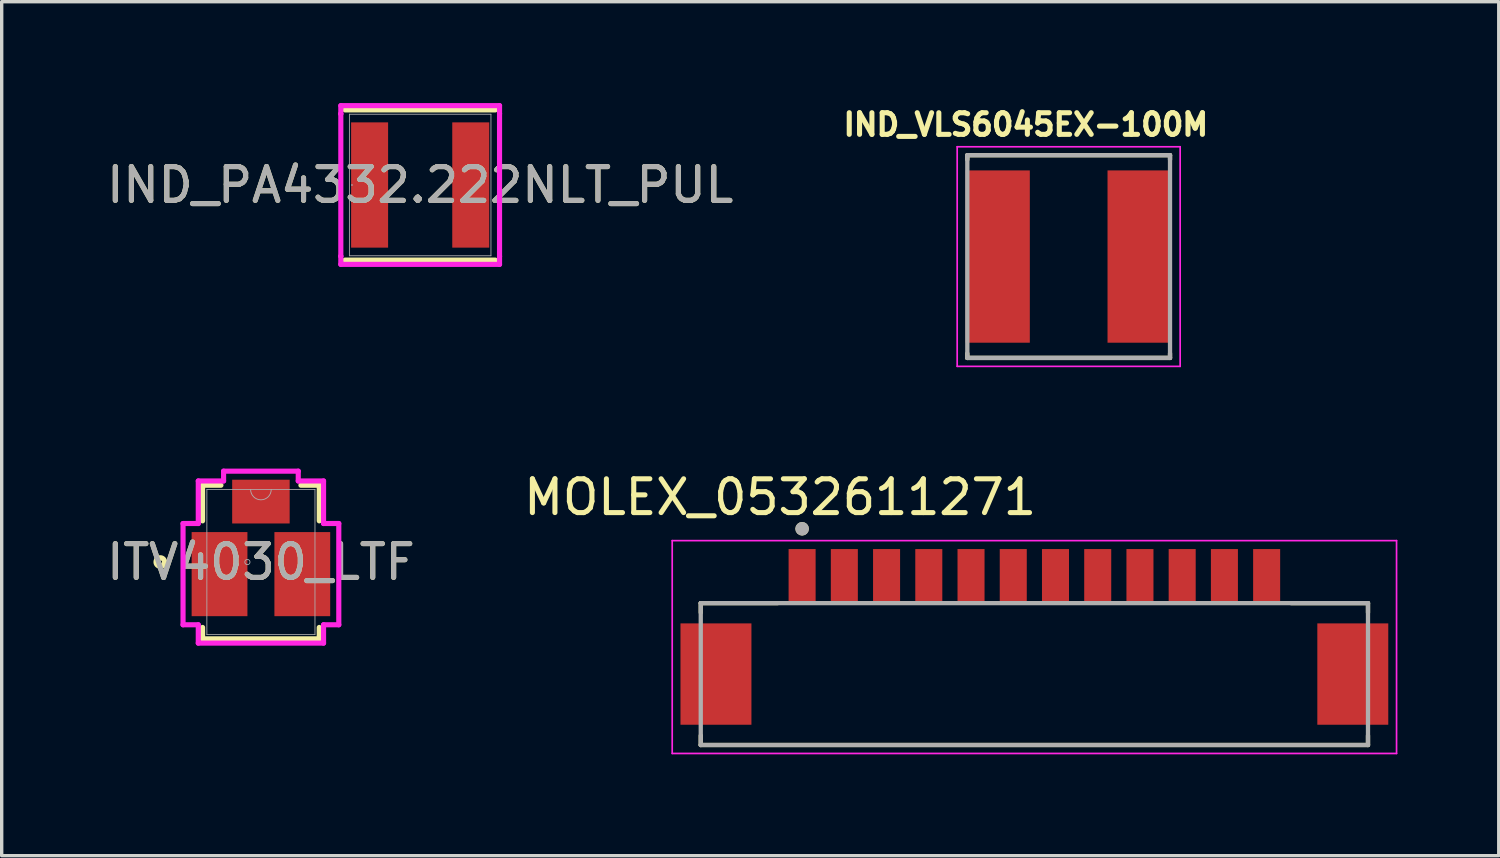
<source format=kicad_pcb>
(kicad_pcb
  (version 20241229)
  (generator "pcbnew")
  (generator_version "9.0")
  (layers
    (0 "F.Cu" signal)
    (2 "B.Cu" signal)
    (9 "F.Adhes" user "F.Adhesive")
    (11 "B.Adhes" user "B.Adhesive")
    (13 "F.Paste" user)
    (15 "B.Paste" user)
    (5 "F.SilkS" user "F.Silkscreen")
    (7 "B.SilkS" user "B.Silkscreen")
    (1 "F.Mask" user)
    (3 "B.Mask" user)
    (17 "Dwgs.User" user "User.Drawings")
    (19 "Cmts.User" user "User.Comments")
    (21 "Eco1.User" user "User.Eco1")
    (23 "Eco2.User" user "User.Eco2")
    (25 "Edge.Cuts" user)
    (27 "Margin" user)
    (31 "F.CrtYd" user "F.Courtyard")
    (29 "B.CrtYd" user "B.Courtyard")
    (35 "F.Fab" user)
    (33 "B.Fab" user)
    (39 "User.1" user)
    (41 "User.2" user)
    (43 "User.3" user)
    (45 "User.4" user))
  (footprint "IND_PA4332.222NLT_PUL"
    (layer "F.Cu")
    (at 9.387 2.426)
    (property "Reference" "IND_PA4332.222NLT_PUL" (at 0 0 0) (unlocked yes) (layer "F.SilkS") (effects (font (size 1 1) (thickness 0.15))))
    (attr smd)
    (fp_line (start -2.223 2.223) (end 2.223 2.223) (stroke (width 0.152) (type solid)) (layer "F.SilkS"))
    (fp_line (start 2.223 -2.223) (end -2.223 -2.223) (stroke (width 0.152) (type solid)) (layer "F.SilkS"))
    (fp_line (start -2.349 -2.349) (end 2.349 -2.349) (stroke (width 0.152) (type solid)) (layer "F.CrtYd"))
    (fp_line (start -2.349 -2.108) (end -2.349 -2.349) (stroke (width 0.152) (type solid)) (layer "F.CrtYd"))
    (fp_line (start -2.349 -2.108) (end -2.349 -2.108) (stroke (width 0.152) (type solid)) (layer "F.CrtYd"))
    (fp_line (start -2.349 2.108) (end -2.349 -2.108) (stroke (width 0.152) (type solid)) (layer "F.CrtYd"))
    (fp_line (start -2.349 2.108) (end -2.349 2.108) (stroke (width 0.152) (type solid)) (layer "F.CrtYd"))
    (fp_line (start -2.349 2.349) (end -2.349 2.108) (stroke (width 0.152) (type solid)) (layer "F.CrtYd"))
    (fp_line (start 2.349 -2.349) (end 2.349 -2.108) (stroke (width 0.152) (type solid)) (layer "F.CrtYd"))
    (fp_line (start 2.349 -2.108) (end 2.349 -2.108) (stroke (width 0.152) (type solid)) (layer "F.CrtYd"))
    (fp_line (start 2.349 -2.108) (end 2.349 2.108) (stroke (width 0.152) (type solid)) (layer "F.CrtYd"))
    (fp_line (start 2.349 2.108) (end 2.349 2.108) (stroke (width 0.152) (type solid)) (layer "F.CrtYd"))
    (fp_line (start 2.349 2.108) (end 2.349 2.349) (stroke (width 0.152) (type solid)) (layer "F.CrtYd"))
    (fp_line (start 2.349 2.349) (end -2.349 2.349) (stroke (width 0.152) (type solid)) (layer "F.CrtYd"))
    (fp_line (start -2.095 -2.095) (end -2.095 2.095) (stroke (width 0.025) (type solid)) (layer "F.Fab"))
    (fp_line (start -2.095 2.095) (end 2.095 2.095) (stroke (width 0.025) (type solid)) (layer "F.Fab"))
    (fp_line (start 2.095 -2.095) (end -2.095 -2.095) (stroke (width 0.025) (type solid)) (layer "F.Fab"))
    (fp_line (start 2.095 2.095) (end 2.095 -2.095) (stroke (width 0.025) (type solid)) (layer "F.Fab"))
    (fp_circle (center -2.019 0) (end -2.019 0) (stroke (width 0.025) (type solid)) (fill no) (layer "F.Fab"))
    (fp_text user "${REFERENCE}" (at 0 0 0) (unlocked yes) (layer "F.Fab") (effects (font (size 1 1) (thickness 0.15))))
    (pad "1" smd rect (at -1.497 0) (size 1.095 3.708) (layers "F.Cu" "F.Mask" "F.Paste"))
    (pad "2" smd rect (at 1.497 0) (size 1.095 3.708) (layers "F.Cu" "F.Mask" "F.Paste"))
    (zone (net_name "") (layer "F.Cu") (hatch full 0.508) (connect_pads) (min_thickness 0.254) (filled_areas_thickness no) (keepout (tracks not_allowed) (vias not_allowed) (pads allowed) (copperpour not_allowed) (footprints allowed)) (placement (enabled no)) (fill) (polygon (pts (xy 8.488 0.381) (xy 10.286 0.381) (xy 10.286 4.47) (xy 8.488 4.47)))))
  (footprint "ITV4030_LTF"
    (layer "F.Cu")
    (at 4.673 13.586)
    (property "Reference" "ITV4030_LTF" (at 0 0 0) (unlocked yes) (layer "F.SilkS") (effects (font (size 1 1) (thickness 0.15))))
    (attr smd)
    (fp_line (start -1.727 -2.273) (end -1.184 -2.273) (stroke (width 0.152) (type solid)) (layer "F.SilkS"))
    (fp_line (start -1.727 -1.219) (end -1.727 -2.273) (stroke (width 0.152) (type solid)) (layer "F.SilkS"))
    (fp_line (start -1.727 2.273) (end -1.727 1.936) (stroke (width 0.152) (type solid)) (layer "F.SilkS"))
    (fp_line (start 1.184 -2.273) (end 1.727 -2.273) (stroke (width 0.152) (type solid)) (layer "F.SilkS"))
    (fp_line (start 1.727 -2.273) (end 1.727 -1.219) (stroke (width 0.152) (type solid)) (layer "F.SilkS"))
    (fp_line (start 1.727 1.936) (end 1.727 2.273) (stroke (width 0.152) (type solid)) (layer "F.SilkS"))
    (fp_line (start 1.727 2.273) (end -1.727 2.273) (stroke (width 0.152) (type solid)) (layer "F.SilkS"))
    (fp_circle (center -2.978 0) (end -2.851 0) (stroke (width 0.152) (type solid)) (fill no) (layer "F.SilkS"))
    (fp_line (start -2.305 -1.14) (end -2.305 1.857) (stroke (width 0.152) (type solid)) (layer "F.CrtYd"))
    (fp_line (start -2.305 1.857) (end -1.854 1.857) (stroke (width 0.152) (type solid)) (layer "F.CrtYd"))
    (fp_line (start -1.854 -2.4) (end -1.854 -1.14) (stroke (width 0.152) (type solid)) (layer "F.CrtYd"))
    (fp_line (start -1.854 -1.14) (end -2.305 -1.14) (stroke (width 0.152) (type solid)) (layer "F.CrtYd"))
    (fp_line (start -1.854 1.857) (end -1.854 2.4) (stroke (width 0.152) (type solid)) (layer "F.CrtYd"))
    (fp_line (start -1.854 2.4) (end 1.854 2.4) (stroke (width 0.152) (type solid)) (layer "F.CrtYd"))
    (fp_line (start -1.105 -2.69) (end -1.105 -2.4) (stroke (width 0.152) (type solid)) (layer "F.CrtYd"))
    (fp_line (start -1.105 -2.4) (end -1.854 -2.4) (stroke (width 0.152) (type solid)) (layer "F.CrtYd"))
    (fp_line (start 1.105 -2.69) (end -1.105 -2.69) (stroke (width 0.152) (type solid)) (layer "F.CrtYd"))
    (fp_line (start 1.105 -2.4) (end 1.105 -2.69) (stroke (width 0.152) (type solid)) (layer "F.CrtYd"))
    (fp_line (start 1.854 -2.4) (end 1.105 -2.4) (stroke (width 0.152) (type solid)) (layer "F.CrtYd"))
    (fp_line (start 1.854 -1.14) (end 1.854 -2.4) (stroke (width 0.152) (type solid)) (layer "F.CrtYd"))
    (fp_line (start 1.854 1.857) (end 2.305 1.857) (stroke (width 0.152) (type solid)) (layer "F.CrtYd"))
    (fp_line (start 1.854 2.4) (end 1.854 1.857) (stroke (width 0.152) (type solid)) (layer "F.CrtYd"))
    (fp_line (start 2.305 -1.14) (end 1.854 -1.14) (stroke (width 0.152) (type solid)) (layer "F.CrtYd"))
    (fp_line (start 2.305 1.857) (end 2.305 -1.14) (stroke (width 0.152) (type solid)) (layer "F.CrtYd"))
    (fp_line (start -1.6 -2.146) (end -1.6 2.146) (stroke (width 0.025) (type solid)) (layer "F.Fab"))
    (fp_line (start -1.6 2.146) (end 1.6 2.146) (stroke (width 0.025) (type solid)) (layer "F.Fab"))
    (fp_line (start 1.6 -2.146) (end -1.6 -2.146) (stroke (width 0.025) (type solid)) (layer "F.Fab"))
    (fp_line (start 1.6 2.146) (end 1.6 -2.146) (stroke (width 0.025) (type solid)) (layer "F.Fab"))
    (fp_arc (start 0.3048 -2.1463) (mid 0 -1.8415) (end -0.3048 -2.1463) (stroke (width 0.0254) (type solid)) (layer "F.Fab"))
    (fp_circle (center -0.4 0) (end -0.323 0) (stroke (width 0.025) (type solid)) (fill no) (layer "F.Fab"))
    (fp_text user "${REFERENCE}" (at 0 0 0) (unlocked yes) (layer "F.Fab") (effects (font (size 1 1) (thickness 0.15))))
    (pad "1" smd rect (at -1.225 0.358) (size 1.651 2.489) (layers "F.Cu" "F.Mask" "F.Paste"))
    (pad "2" smd rect (at 1.225 0.358) (size 1.651 2.489) (layers "F.Cu" "F.Mask" "F.Paste"))
    (pad "3" smd rect (at 0 -1.789) (size 1.702 1.295) (layers "F.Cu" "F.Mask")))
  (footprint "IND_VLS6045EX-100M"
    (layer "F.Cu")
    (at 28.582 4.544)
    (property "Reference" "IND_VLS6045EX-100M" (at -1.268 -3.906 0) (layer "F.SilkS") (effects (font (size 0.64 0.64) (thickness 0.15))))
    (attr smd)
    (fp_line (start -3 -3) (end -3 -2.87) (stroke (width 0.127) (type solid)) (layer "F.SilkS"))
    (fp_line (start -3 -3) (end 3 -3) (stroke (width 0.127) (type solid)) (layer "F.SilkS"))
    (fp_line (start -3 3) (end -3 2.87) (stroke (width 0.127) (type solid)) (layer "F.SilkS"))
    (fp_line (start -3 3) (end 3 3) (stroke (width 0.127) (type solid)) (layer "F.SilkS"))
    (fp_line (start 3 -3) (end 3 -2.87) (stroke (width 0.127) (type solid)) (layer "F.SilkS"))
    (fp_line (start 3 3) (end 3 2.87) (stroke (width 0.127) (type solid)) (layer "F.SilkS"))
    (fp_line (start -3.3 -3.25) (end -3.3 3.25) (stroke (width 0.05) (type solid)) (layer "F.CrtYd"))
    (fp_line (start -3.3 3.25) (end 3.3 3.25) (stroke (width 0.05) (type solid)) (layer "F.CrtYd"))
    (fp_line (start 3.3 -3.25) (end -3.3 -3.25) (stroke (width 0.05) (type solid)) (layer "F.CrtYd"))
    (fp_line (start 3.3 3.25) (end 3.3 -3.25) (stroke (width 0.05) (type solid)) (layer "F.CrtYd"))
    (fp_line (start -3 -3) (end -3 3) (stroke (width 0.127) (type solid)) (layer "F.Fab"))
    (fp_line (start -3 -3) (end 3 -3) (stroke (width 0.127) (type solid)) (layer "F.Fab"))
    (fp_line (start -3 3) (end 3 3) (stroke (width 0.127) (type solid)) (layer "F.Fab"))
    (fp_line (start 3 -3) (end 3 3) (stroke (width 0.127) (type solid)) (layer "F.Fab"))
    (pad "1" smd rect (at -2.1 0) (size 1.9 5.1) (layers "F.Cu" "F.Mask" "F.Paste"))
    (pad "2" smd rect (at 2.1 0) (size 1.9 5.1) (layers "F.Cu" "F.Mask" "F.Paste")))
  (footprint "MOLEX_0532611271"
    (layer "F.Cu")
    (at 27.567 16.902)
    (property "Reference" "MOLEX_0532611271" (at -7.525 -5.235 0) (layer "F.SilkS") (effects (font (size 1 1) (thickness 0.15))))
    (attr smd)
    (fp_line (start -9.875 -2.1) (end -7.6 -2.1) (stroke (width 0.127) (type solid)) (layer "F.SilkS"))
    (fp_line (start -9.875 -1.82) (end -9.875 -2.1) (stroke (width 0.127) (type solid)) (layer "F.SilkS"))
    (fp_line (start -9.875 1.82) (end -9.875 2.1) (stroke (width 0.127) (type solid)) (layer "F.SilkS"))
    (fp_line (start -9.875 2.1) (end 9.875 2.1) (stroke (width 0.127) (type solid)) (layer "F.SilkS"))
    (fp_line (start 7.6 -2.1) (end 9.875 -2.1) (stroke (width 0.127) (type solid)) (layer "F.SilkS"))
    (fp_line (start 9.875 -2.1) (end 9.875 -1.82) (stroke (width 0.127) (type solid)) (layer "F.SilkS"))
    (fp_line (start 9.875 2.1) (end 9.875 1.82) (stroke (width 0.127) (type solid)) (layer "F.SilkS"))
    (fp_circle (center -6.875 -4.3) (end -6.775 -4.3) (stroke (width 0.2) (type solid)) (fill no) (layer "F.SilkS"))
    (fp_line (start -10.72 -3.95) (end 10.72 -3.95) (stroke (width 0.05) (type solid)) (layer "F.CrtYd"))
    (fp_line (start -10.72 2.35) (end -10.72 -3.95) (stroke (width 0.05) (type solid)) (layer "F.CrtYd"))
    (fp_line (start 10.72 -3.95) (end 10.72 2.35) (stroke (width 0.05) (type solid)) (layer "F.CrtYd"))
    (fp_line (start 10.72 2.35) (end -10.72 2.35) (stroke (width 0.05) (type solid)) (layer "F.CrtYd"))
    (fp_line (start -9.875 -2.1) (end 9.875 -2.1) (stroke (width 0.127) (type solid)) (layer "F.Fab"))
    (fp_line (start -9.875 2.1) (end -9.875 -2.1) (stroke (width 0.127) (type solid)) (layer "F.Fab"))
    (fp_line (start 9.875 -2.1) (end 9.875 2.1) (stroke (width 0.127) (type solid)) (layer "F.Fab"))
    (fp_line (start 9.875 2.1) (end -9.875 2.1) (stroke (width 0.127) (type solid)) (layer "F.Fab"))
    (fp_circle (center -6.875 -4.3) (end -6.775 -4.3) (stroke (width 0.2) (type solid)) (fill no) (layer "F.Fab"))
    (pad "1" smd rect (at -6.875 -2.9) (size 0.8 1.6) (layers "F.Cu" "F.Mask" "F.Paste"))
    (pad "2" smd rect (at -5.625 -2.9) (size 0.8 1.6) (layers "F.Cu" "F.Mask" "F.Paste"))
    (pad "3" smd rect (at -4.375 -2.9) (size 0.8 1.6) (layers "F.Cu" "F.Mask" "F.Paste"))
    (pad "4" smd rect (at -3.125 -2.9) (size 0.8 1.6) (layers "F.Cu" "F.Mask" "F.Paste"))
    (pad "5" smd rect (at -1.875 -2.9) (size 0.8 1.6) (layers "F.Cu" "F.Mask" "F.Paste"))
    (pad "6" smd rect (at -0.625 -2.9) (size 0.8 1.6) (layers "F.Cu" "F.Mask" "F.Paste"))
    (pad "7" smd rect (at 0.625 -2.9) (size 0.8 1.6) (layers "F.Cu" "F.Mask" "F.Paste"))
    (pad "8" smd rect (at 1.875 -2.9) (size 0.8 1.6) (layers "F.Cu" "F.Mask" "F.Paste"))
    (pad "9" smd rect (at 3.125 -2.9) (size 0.8 1.6) (layers "F.Cu" "F.Mask" "F.Paste"))
    (pad "10" smd rect (at 4.375 -2.9) (size 0.8 1.6) (layers "F.Cu" "F.Mask" "F.Paste"))
    (pad "11" smd rect (at 5.625 -2.9) (size 0.8 1.6) (layers "F.Cu" "F.Mask" "F.Paste"))
    (pad "12" smd rect (at 6.875 -2.9) (size 0.8 1.6) (layers "F.Cu" "F.Mask" "F.Paste"))
    (pad "S1" smd rect (at -9.425 0) (size 2.1 3) (layers "F.Cu" "F.Mask" "F.Paste"))
    (pad "S2" smd rect (at 9.425 0) (size 2.1 3) (layers "F.Cu" "F.Mask" "F.Paste")))
  (gr_rect
    (start -3 -3)
    (end 41.312 22.277)
    (stroke (width 0.1) (type default))
    (fill no)
    (layer "Edge.Cuts")))
</source>
